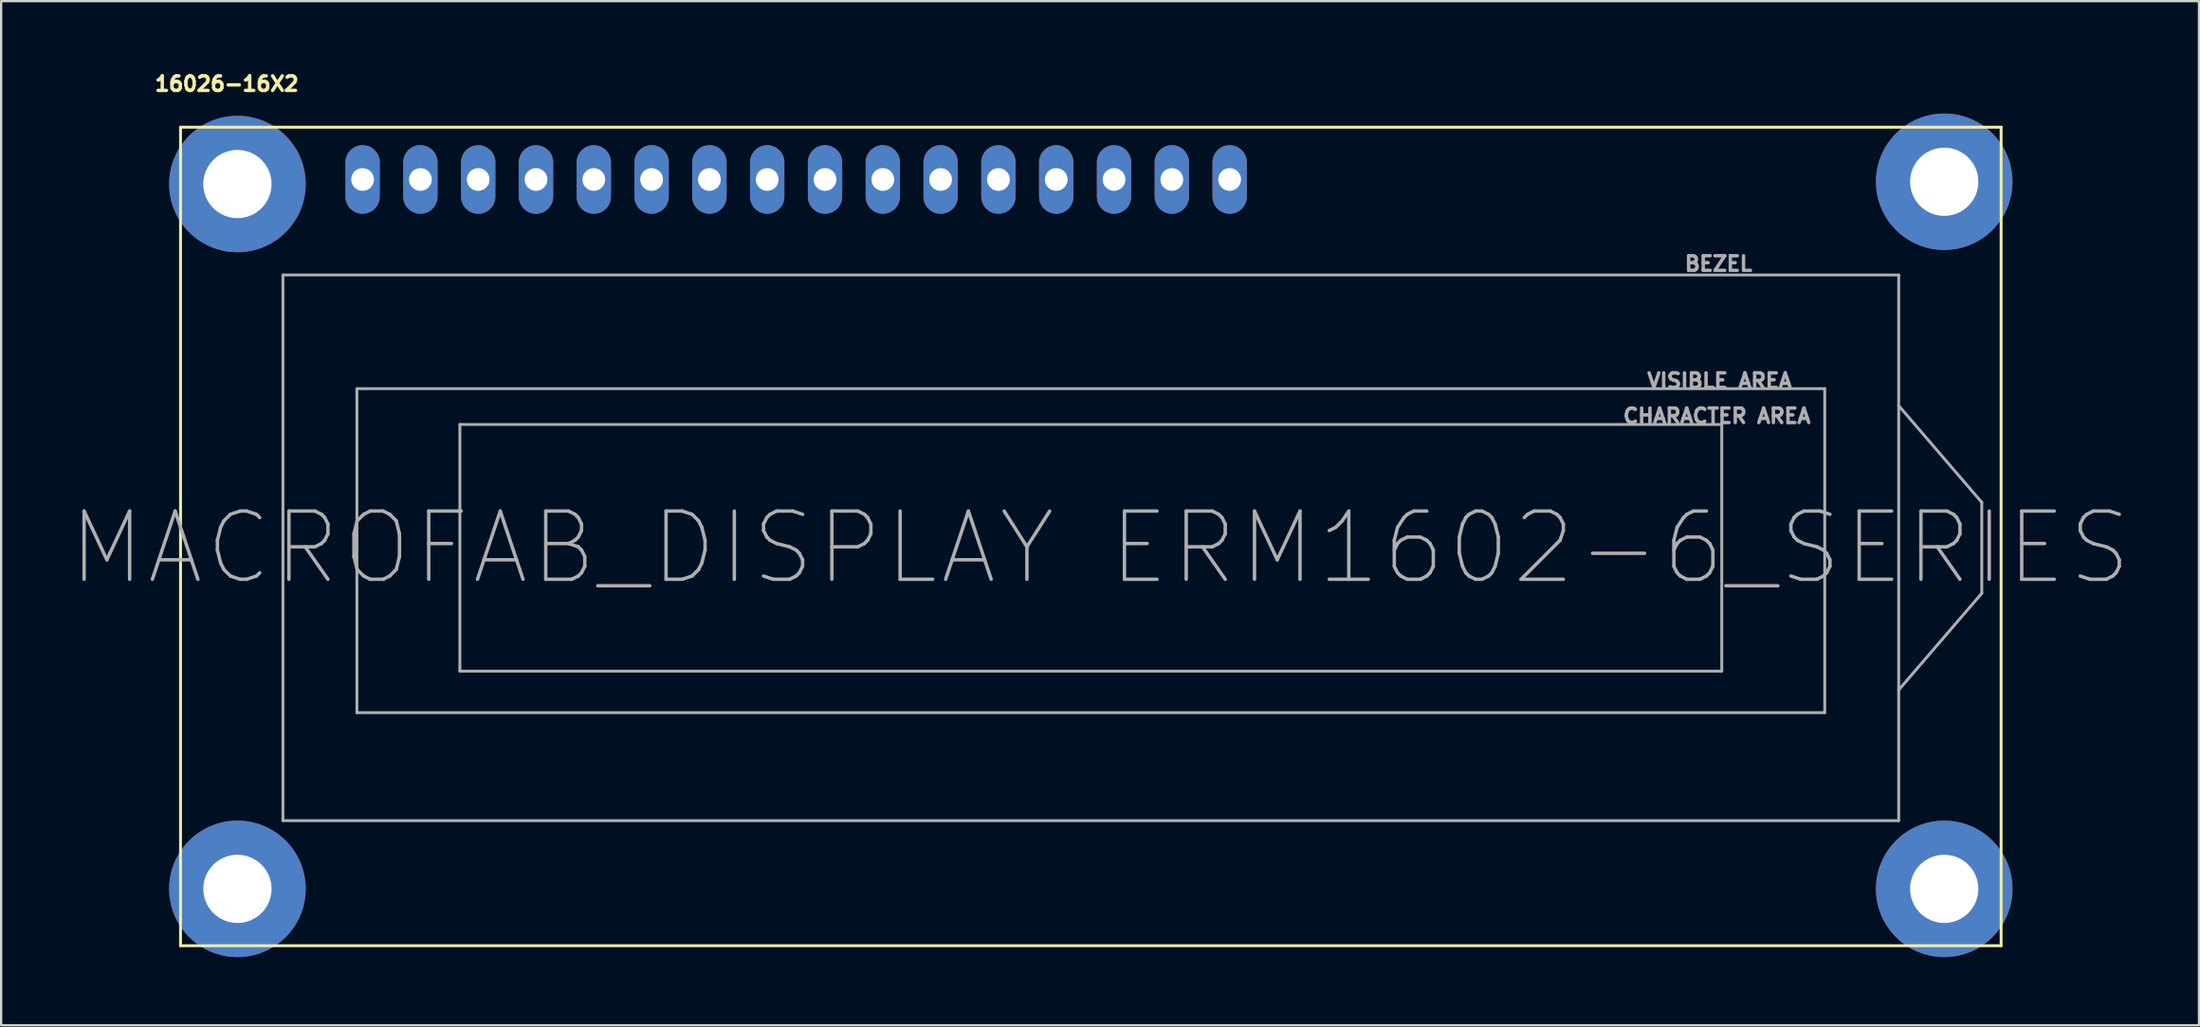
<source format=kicad_pcb>
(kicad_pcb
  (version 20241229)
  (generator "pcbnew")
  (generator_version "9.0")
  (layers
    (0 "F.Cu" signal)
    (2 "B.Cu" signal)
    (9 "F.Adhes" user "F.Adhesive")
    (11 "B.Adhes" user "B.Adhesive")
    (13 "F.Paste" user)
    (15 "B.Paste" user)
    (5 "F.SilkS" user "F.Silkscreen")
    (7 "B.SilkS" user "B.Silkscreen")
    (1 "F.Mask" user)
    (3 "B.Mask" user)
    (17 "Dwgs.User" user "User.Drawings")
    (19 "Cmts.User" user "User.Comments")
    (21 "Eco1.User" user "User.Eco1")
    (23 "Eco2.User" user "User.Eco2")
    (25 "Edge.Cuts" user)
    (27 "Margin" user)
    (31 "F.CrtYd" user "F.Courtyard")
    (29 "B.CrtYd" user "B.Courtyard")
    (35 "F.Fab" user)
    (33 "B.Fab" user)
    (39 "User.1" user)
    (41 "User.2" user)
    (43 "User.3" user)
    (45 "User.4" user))
  (footprint "16026-16X2"
    (layer "F.Cu")
    (at 4.883 2.544)
    (property "Reference" "16026-16X2" (at 2.032 -1.906 0) (layer "F.SilkS") (effects (font (size 0.64 0.64) (thickness 0.15))))
    (attr through_hole)
    (fp_line (start 0 0) (end 0 36) (stroke (width 0.127) (type solid)) (layer "F.SilkS"))
    (fp_line (start 0 0) (end 80 0) (stroke (width 0.127) (type solid)) (layer "F.SilkS"))
    (fp_line (start 0 36) (end 80 36) (stroke (width 0.127) (type solid)) (layer "F.SilkS"))
    (fp_line (start 80 36) (end 80 0) (stroke (width 0.127) (type solid)) (layer "F.SilkS"))
    (fp_line (start 4.5 6.5) (end 4.5 30.5) (stroke (width 0.127) (type solid)) (layer "F.Fab"))
    (fp_line (start 4.5 30.5) (end 75.5 30.5) (stroke (width 0.127) (type solid)) (layer "F.Fab"))
    (fp_line (start 7.75 11.5) (end 7.75 25.75) (stroke (width 0.127) (type solid)) (layer "F.Fab"))
    (fp_line (start 7.75 25.75) (end 72.25 25.75) (stroke (width 0.127) (type solid)) (layer "F.Fab"))
    (fp_line (start 12.275 13.075) (end 12.275 23.925) (stroke (width 0.127) (type solid)) (layer "F.Fab"))
    (fp_line (start 12.275 23.925) (end 67.725 23.925) (stroke (width 0.127) (type solid)) (layer "F.Fab"))
    (fp_line (start 67.725 13.075) (end 12.275 13.075) (stroke (width 0.127) (type solid)) (layer "F.Fab"))
    (fp_line (start 67.725 23.925) (end 67.725 13.075) (stroke (width 0.127) (type solid)) (layer "F.Fab"))
    (fp_line (start 72.25 11.5) (end 7.75 11.5) (stroke (width 0.127) (type solid)) (layer "F.Fab"))
    (fp_line (start 72.25 25.75) (end 72.25 11.5) (stroke (width 0.127) (type solid)) (layer "F.Fab"))
    (fp_line (start 75.5 6.5) (end 4.5 6.5) (stroke (width 0.127) (type solid)) (layer "F.Fab"))
    (fp_line (start 75.5 12.25) (end 75.5 6.5) (stroke (width 0.127) (type solid)) (layer "F.Fab"))
    (fp_line (start 75.5 12.25) (end 79.15 16.5) (stroke (width 0.127) (type solid)) (layer "F.Fab"))
    (fp_line (start 75.5 24.75) (end 75.5 12.25) (stroke (width 0.127) (type solid)) (layer "F.Fab"))
    (fp_line (start 75.5 30.5) (end 75.5 24.75) (stroke (width 0.127) (type solid)) (layer "F.Fab"))
    (fp_line (start 79.15 16.5) (end 79.15 20.5) (stroke (width 0.127) (type solid)) (layer "F.Fab"))
    (fp_line (start 79.15 20.5) (end 75.5 24.75) (stroke (width 0.127) (type solid)) (layer "F.Fab"))
    (fp_text user "VISIBLE AREA" (at 67.629 11.156 0) (layer "F.Fab") (effects (font (size 0.641 0.641) (thickness 0.15))))
    (fp_text user "CHARACTER AREA" (at 67.51 12.702 0) (layer "F.Fab") (effects (font (size 0.64 0.64) (thickness 0.15))))
    (fp_text user "MACROFAB_DISPLAY ERM1602-6_SERIES" (at 40.406 18.503 0) (layer "F.Fab") (effects (font (size 3 3) (thickness 0.15))))
    (fp_text user "BEZEL" (at 67.582 6.007 0) (layer "F.Fab") (effects (font (size 0.641 0.641) (thickness 0.15))))
    (pad "MNT1" thru_hole circle (at 2.5 2.5) (size 6 6) (drill 3) (layers "*.Cu" "*.Mask"))
    (pad "MNT2" thru_hole circle (at 77.5 2.4) (size 6 6) (drill 3) (layers "*.Cu" "*.Mask"))
    (pad "MNT3" thru_hole circle (at 2.5 33.5) (size 6 6) (drill 3) (layers "*.Cu" "*.Mask"))
    (pad "MNT4" thru_hole circle (at 77.5 33.5) (size 6 6) (drill 3) (layers "*.Cu" "*.Mask"))
    (pad "P$1" thru_hole oval (at 8 2.3) (size 1.508 3.016) (drill 1) (layers "*.Cu" "*.Mask"))
    (pad "P$2" thru_hole oval (at 10.54 2.3) (size 1.508 3.016) (drill 1) (layers "*.Cu" "*.Mask"))
    (pad "P$3" thru_hole oval (at 13.08 2.3) (size 1.508 3.016) (drill 1) (layers "*.Cu" "*.Mask"))
    (pad "P$4" thru_hole oval (at 15.62 2.3) (size 1.508 3.016) (drill 1) (layers "*.Cu" "*.Mask"))
    (pad "P$5" thru_hole oval (at 18.16 2.3) (size 1.508 3.016) (drill 1) (layers "*.Cu" "*.Mask"))
    (pad "P$6" thru_hole oval (at 20.7 2.3) (size 1.508 3.016) (drill 1) (layers "*.Cu" "*.Mask"))
    (pad "P$7" thru_hole oval (at 23.24 2.3) (size 1.508 3.016) (drill 1) (layers "*.Cu" "*.Mask"))
    (pad "P$8" thru_hole oval (at 25.78 2.3) (size 1.508 3.016) (drill 1) (layers "*.Cu" "*.Mask"))
    (pad "P$9" thru_hole oval (at 28.32 2.3) (size 1.508 3.016) (drill 1) (layers "*.Cu" "*.Mask"))
    (pad "P$10" thru_hole oval (at 30.86 2.3) (size 1.508 3.016) (drill 1) (layers "*.Cu" "*.Mask"))
    (pad "P$11" thru_hole oval (at 33.4 2.3) (size 1.508 3.016) (drill 1) (layers "*.Cu" "*.Mask"))
    (pad "P$12" thru_hole oval (at 35.94 2.3) (size 1.508 3.016) (drill 1) (layers "*.Cu" "*.Mask"))
    (pad "P$13" thru_hole oval (at 38.48 2.3) (size 1.508 3.016) (drill 1) (layers "*.Cu" "*.Mask"))
    (pad "P$14" thru_hole oval (at 41.02 2.3) (size 1.508 3.016) (drill 1) (layers "*.Cu" "*.Mask"))
    (pad "P$15" thru_hole oval (at 43.56 2.3) (size 1.508 3.016) (drill 1) (layers "*.Cu" "*.Mask"))
    (pad "P$16" thru_hole oval (at 46.1 2.3) (size 1.508 3.016) (drill 1) (layers "*.Cu" "*.Mask")))
  (gr_rect
    (start -3 -3)
    (end 93.578 42.044)
    (stroke (width 0.1) (type default))
    (fill no)
    (layer "Edge.Cuts")))
</source>
